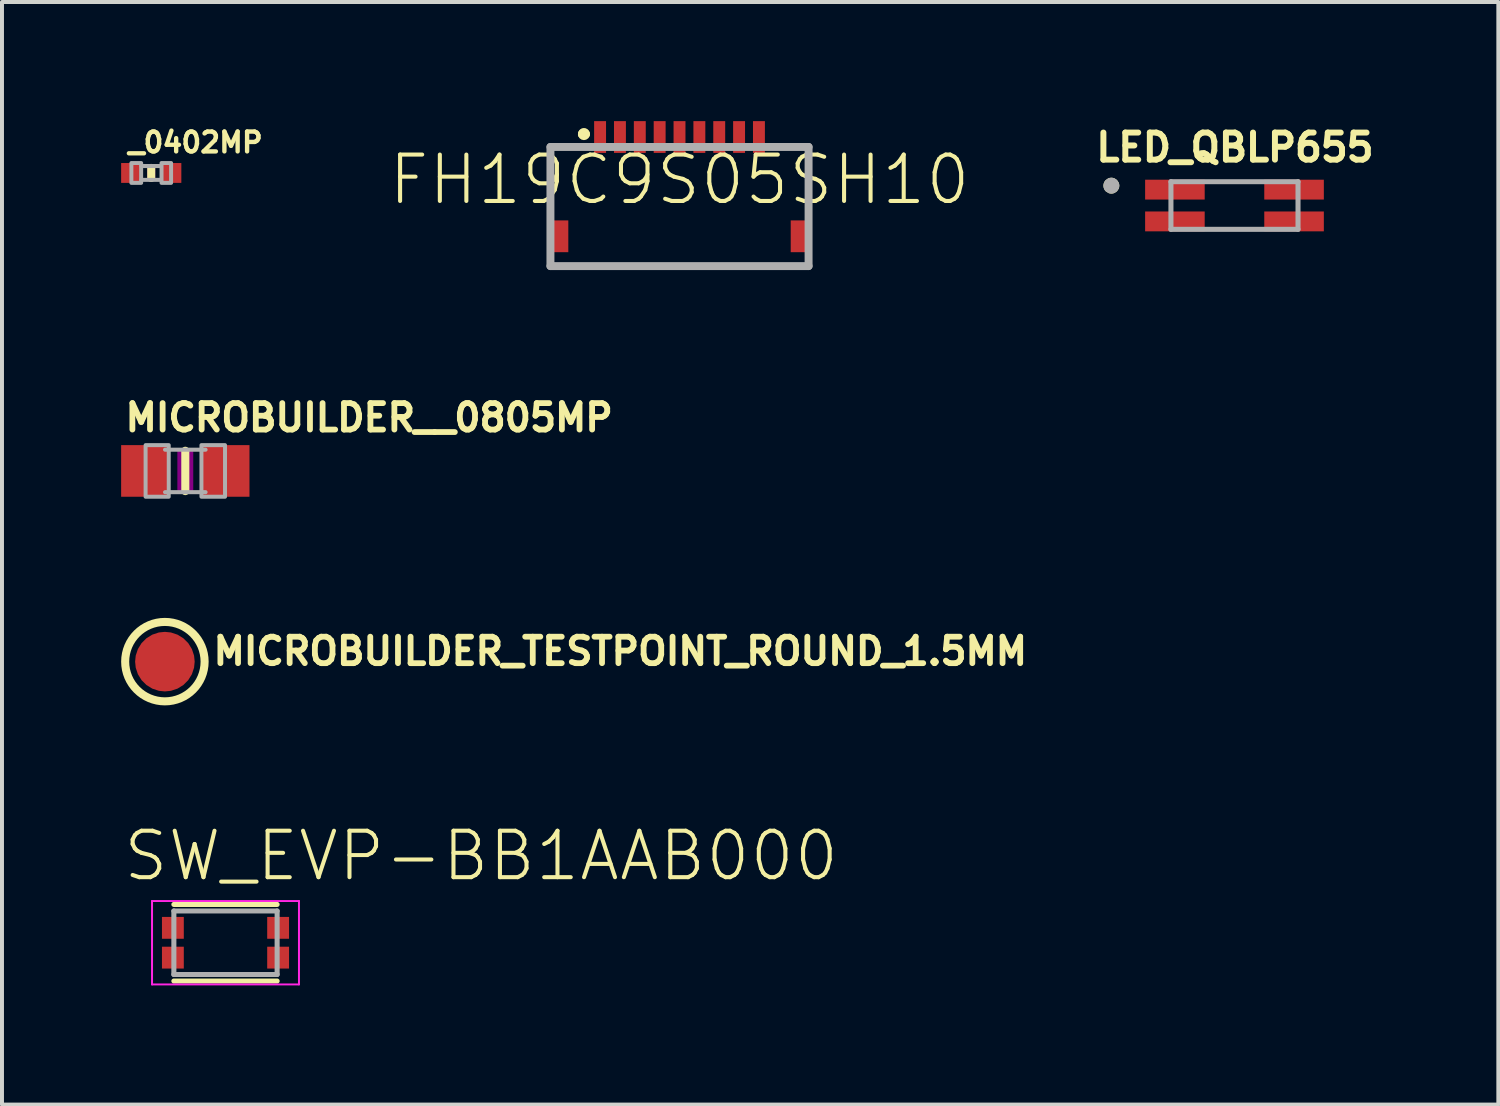
<source format=kicad_pcb>
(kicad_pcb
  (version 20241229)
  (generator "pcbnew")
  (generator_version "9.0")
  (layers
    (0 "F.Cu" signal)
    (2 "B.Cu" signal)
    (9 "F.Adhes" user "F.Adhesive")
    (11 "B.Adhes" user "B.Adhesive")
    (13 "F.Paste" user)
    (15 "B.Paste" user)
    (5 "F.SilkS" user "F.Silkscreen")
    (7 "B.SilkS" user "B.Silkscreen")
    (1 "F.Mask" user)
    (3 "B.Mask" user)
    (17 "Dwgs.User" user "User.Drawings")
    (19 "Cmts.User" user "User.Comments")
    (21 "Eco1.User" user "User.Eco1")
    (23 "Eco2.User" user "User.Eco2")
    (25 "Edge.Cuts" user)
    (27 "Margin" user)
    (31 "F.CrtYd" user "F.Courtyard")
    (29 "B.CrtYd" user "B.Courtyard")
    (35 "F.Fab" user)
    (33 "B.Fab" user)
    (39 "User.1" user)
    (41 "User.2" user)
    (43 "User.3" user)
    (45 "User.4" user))
  (footprint "MICROBUILDER__0805MP"
    (layer "F.Cu")
    (at 1.616 8.808)
    (property "Reference" "MICROBUILDER__0805MP" (at -1.587 -0.953 0) (layer "F.SilkS") (effects (font (size 0.666 0.666) (thickness 0.146)) (justify left bottom)))
    (fp_line (start 0 -0.508) (end 0 0.508) (stroke (width 0.203) (type solid)) (layer "F.SilkS"))
    (fp_poly (pts (xy -0.2 0.5) (xy 0.2 0.5) (xy 0.2 -0.5) (xy -0.2 -0.5)) (stroke (width 0) (type default)) (fill yes) (layer "F.Adhes"))
    (fp_line (start -0.51 -0.535) (end 0.51 -0.535) (stroke (width 0.102) (type solid)) (layer "F.Fab"))
    (fp_line (start -0.51 0.535) (end 0.51 0.535) (stroke (width 0.102) (type solid)) (layer "F.Fab"))
    (fp_poly (pts (xy -1 0.65) (xy -0.417 0.65) (xy -0.417 -0.65) (xy -1 -0.65)) (stroke (width 0.1) (type default)) (fill no) (layer "F.Fab"))
    (fp_poly (pts (xy 0.406 0.65) (xy 1 0.65) (xy 1 -0.65) (xy 0.406 -0.65)) (stroke (width 0.1) (type default)) (fill no) (layer "F.Fab"))
    (pad "1" smd rect (at -1.016 0) (size 1.2 1.3) (layers "F.Cu" "F.Mask" "F.Paste"))
    (pad "2" smd rect (at 1.016 0) (size 1.2 1.3) (layers "F.Cu" "F.Mask" "F.Paste")))
  (footprint "LED_QBLP655"
    (layer "F.Cu")
    (at 28.034 2.125)
    (property "Reference" "LED_QBLP655" (at 0.012 -1.463 0) (layer "F.SilkS") (effects (font (size 0.682 0.682) (thickness 0.15))))
    (fp_circle (center -3.1 -0.5) (end -3 -0.5) (stroke (width 0.2) (type solid)) (fill no) (layer "F.SilkS"))
    (fp_line (start -1.6 -0.6) (end 1.6 -0.6) (stroke (width 0.127) (type solid)) (layer "F.Fab"))
    (fp_line (start -1.6 0.6) (end -1.6 -0.6) (stroke (width 0.127) (type solid)) (layer "F.Fab"))
    (fp_line (start 1.6 -0.6) (end 1.6 0.6) (stroke (width 0.127) (type solid)) (layer "F.Fab"))
    (fp_line (start 1.6 0.6) (end -1.6 0.6) (stroke (width 0.127) (type solid)) (layer "F.Fab"))
    (fp_circle (center -3.1 -0.5) (end -3 -0.5) (stroke (width 0.2) (type solid)) (fill no) (layer "F.Fab"))
    (pad "1" smd rect (at -1.5 -0.4) (size 1.5 0.5) (layers "F.Cu" "F.Mask" "F.Paste"))
    (pad "2" smd rect (at 1.5 -0.4) (size 1.5 0.5) (layers "F.Cu" "F.Mask" "F.Paste"))
    (pad "3" smd rect (at -1.5 0.4) (size 1.5 0.5) (layers "F.Cu" "F.Mask" "F.Paste"))
    (pad "4" smd rect (at 1.5 0.4) (size 1.5 0.5) (layers "F.Cu" "F.Mask" "F.Paste")))
  (footprint "MICROBUILDER_TESTPOINT_ROUND_1.5MM"
    (layer "F.Cu")
    (at 1.102 13.61)
    (property "Reference" "MICROBUILDER_TESTPOINT_ROUND_1.5MM" (at 1.143 0.127 0) (layer "F.SilkS") (effects (font (size 0.666 0.666) (thickness 0.146)) (justify left bottom)))
    (fp_circle (center 0 0) (end 1 0) (stroke (width 0.203) (type solid)) (fill no) (layer "F.SilkS"))
    (pad "P$1" smd roundrect (at 0 0) (size 1.5 1.5) (layers "F.Cu" "F.Mask") (roundrect_rratio 0.5)))
  (footprint "_0402MP"
    (layer "F.Cu")
    (at 0.758 1.305)
    (property "Reference" "_0402MP" (at -0.635 -0.476 0) (layer "F.SilkS") (effects (font (size 0.5 0.5) (thickness 0.11)) (justify left bottom)))
    (fp_line (start 0 -0.127) (end 0 0.127) (stroke (width 0.203) (type solid)) (layer "F.SilkS"))
    (fp_poly (pts (xy -0.1 0.2) (xy 0.1 0.2) (xy 0.1 -0.2) (xy -0.1 -0.2)) (stroke (width 0) (type default)) (fill yes) (layer "F.Adhes"))
    (fp_line (start -0.245 -0.174) (end 0.245 -0.174) (stroke (width 0.102) (type solid)) (layer "F.Fab"))
    (fp_line (start 0.245 0.174) (end -0.245 0.174) (stroke (width 0.102) (type solid)) (layer "F.Fab"))
    (fp_poly (pts (xy -0.5 0.25) (xy -0.254 0.25) (xy -0.254 -0.25) (xy -0.5 -0.25)) (stroke (width 0.1) (type default)) (fill no) (layer "F.Fab"))
    (fp_poly (pts (xy 0.259 0.25) (xy 0.5 0.25) (xy 0.5 -0.25) (xy 0.259 -0.25)) (stroke (width 0.1) (type default)) (fill no) (layer "F.Fab"))
    (pad "1" smd rect (at -0.508 0) (size 0.5 0.5) (layers "F.Cu" "F.Mask" "F.Paste"))
    (pad "2" smd rect (at 0.508 0) (size 0.5 0.5) (layers "F.Cu" "F.Mask" "F.Paste")))
  (footprint "SW_EVP-BB1AAB000"
    (layer "F.Cu")
    (at 2.628 20.688)
    (property "Reference" "SW_EVP-BB1AAB000" (at -2.628 -1.502 0) (layer "F.SilkS") (effects (font (size 1.17 1.17) (thickness 0.102)) (justify left bottom)))
    (fp_line (start -1.3 -0.964) (end 1.3 -0.964) (stroke (width 0.127) (type solid)) (layer "F.SilkS"))
    (fp_line (start -1.3 0.964) (end 1.3 0.964) (stroke (width 0.127) (type solid)) (layer "F.SilkS"))
    (fp_poly (pts (xy -1.095 -0.145) (xy -1.555 -0.145) (xy -1.555 -0.605) (xy -1.095 -0.605)) (stroke (width 0) (type default)) (fill yes) (layer "F.Paste"))
    (fp_poly (pts (xy -1.095 0.605) (xy -1.555 0.605) (xy -1.555 0.145) (xy -1.095 0.145)) (stroke (width 0) (type default)) (fill yes) (layer "F.Paste"))
    (fp_poly (pts (xy 1.555 -0.145) (xy 1.095 -0.145) (xy 1.095 -0.605) (xy 1.555 -0.605)) (stroke (width 0) (type default)) (fill yes) (layer "F.Paste"))
    (fp_poly (pts (xy 1.555 0.605) (xy 1.095 0.605) (xy 1.095 0.145) (xy 1.555 0.145)) (stroke (width 0) (type default)) (fill yes) (layer "F.Paste"))
    (fp_line (start -1.85 -1.05) (end 1.85 -1.05) (stroke (width 0.05) (type solid)) (layer "F.CrtYd"))
    (fp_line (start -1.85 1.05) (end -1.85 -1.05) (stroke (width 0.05) (type solid)) (layer "F.CrtYd"))
    (fp_line (start 1.85 -1.05) (end 1.85 1.05) (stroke (width 0.05) (type solid)) (layer "F.CrtYd"))
    (fp_line (start 1.85 1.05) (end -1.85 1.05) (stroke (width 0.05) (type solid)) (layer "F.CrtYd"))
    (fp_line (start -1.3 -0.8) (end 1.3 -0.8) (stroke (width 0.127) (type solid)) (layer "F.Fab"))
    (fp_line (start -1.3 0.8) (end -1.3 -0.8) (stroke (width 0.127) (type solid)) (layer "F.Fab"))
    (fp_line (start 1.3 -0.8) (end 1.3 0.8) (stroke (width 0.127) (type solid)) (layer "F.Fab"))
    (fp_line (start 1.3 0.8) (end -1.3 0.8) (stroke (width 0.127) (type solid)) (layer "F.Fab"))
    (pad "A1" smd rect (at -1.325 -0.375) (size 0.55 0.55) (layers "F.Cu" "F.Mask"))
    (pad "A2" smd rect (at -1.325 0.375) (size 0.55 0.55) (layers "F.Cu" "F.Mask"))
    (pad "B1" smd rect (at 1.325 -0.375) (size 0.55 0.55) (layers "F.Cu" "F.Mask"))
    (pad "B2" smd rect (at 1.325 0.375) (size 0.55 0.55) (layers "F.Cu" "F.Mask")))
  (footprint "FH19C9S05SH10"
    (layer "F.Cu")
    (at 14.06 2.9)
    (property "Reference" "FH19C9S05SH10" (at 0 -1.425 0) (layer "F.SilkS") (effects (font (size 1.168 1.168) (thickness 0.102))))
    (fp_line (start -3.25 -2.25) (end -3.25 -0.75) (stroke (width 0.1) (type solid)) (layer "F.SilkS"))
    (fp_line (start -3.25 0.75) (end 3.25 0.75) (stroke (width 0.1) (type solid)) (layer "F.SilkS"))
    (fp_line (start -2.75 -2.25) (end -3.25 -2.25) (stroke (width 0.1) (type solid)) (layer "F.SilkS"))
    (fp_line (start 2.75 -2.25) (end 3.25 -2.25) (stroke (width 0.1) (type solid)) (layer "F.SilkS"))
    (fp_line (start 3.25 -2.25) (end 3.25 -0.75) (stroke (width 0.1) (type solid)) (layer "F.SilkS"))
    (fp_arc (start -2.457 -2.572) (mid -2.407 -2.622) (end -2.357 -2.572) (stroke (width 0.2) (type solid)) (layer "F.SilkS"))
    (fp_arc (start -2.457 -2.572) (mid -2.407 -2.622) (end -2.357 -2.572) (stroke (width 0.2) (type solid)) (layer "F.SilkS"))
    (fp_arc (start -2.357 -2.572) (mid -2.407 -2.522) (end -2.457 -2.572) (stroke (width 0.2) (type solid)) (layer "F.SilkS"))
    (fp_line (start -3.25 -2.25) (end 3.25 -2.25) (stroke (width 0.2) (type solid)) (layer "F.Fab"))
    (fp_line (start -3.25 0.75) (end -3.25 -2.25) (stroke (width 0.2) (type solid)) (layer "F.Fab"))
    (fp_line (start 3.25 -2.25) (end 3.25 0.75) (stroke (width 0.2) (type solid)) (layer "F.Fab"))
    (fp_line (start 3.25 0.75) (end -3.25 0.75) (stroke (width 0.2) (type solid)) (layer "F.Fab"))
    (pad "1" smd rect (at -2 -2.5 90) (size 0.8 0.3) (layers "F.Cu" "F.Mask" "F.Paste"))
    (pad "2" smd rect (at -1.5 -2.5 90) (size 0.8 0.3) (layers "F.Cu" "F.Mask" "F.Paste"))
    (pad "3" smd rect (at -1 -2.5 90) (size 0.8 0.3) (layers "F.Cu" "F.Mask" "F.Paste"))
    (pad "4" smd rect (at -0.5 -2.5 90) (size 0.8 0.3) (layers "F.Cu" "F.Mask" "F.Paste"))
    (pad "5" smd rect (at 0 -2.5 90) (size 0.8 0.3) (layers "F.Cu" "F.Mask" "F.Paste"))
    (pad "6" smd rect (at 0.5 -2.5 90) (size 0.8 0.3) (layers "F.Cu" "F.Mask" "F.Paste"))
    (pad "7" smd rect (at 1 -2.5 90) (size 0.8 0.3) (layers "F.Cu" "F.Mask" "F.Paste"))
    (pad "8" smd rect (at 1.5 -2.5 90) (size 0.8 0.3) (layers "F.Cu" "F.Mask" "F.Paste"))
    (pad "9" smd rect (at 2 -2.5 90) (size 0.8 0.3) (layers "F.Cu" "F.Mask" "F.Paste"))
    (pad "MP1" smd rect (at -3 0 90) (size 0.8 0.4) (layers "F.Cu" "F.Mask" "F.Paste"))
    (pad "MP2" smd rect (at 3 0 90) (size 0.8 0.4) (layers "F.Cu" "F.Mask" "F.Paste")))
  (gr_rect
    (start -3 -3)
    (end 34.678 24.763)
    (stroke (width 0.1) (type default))
    (fill no)
    (layer "Edge.Cuts")))
</source>
